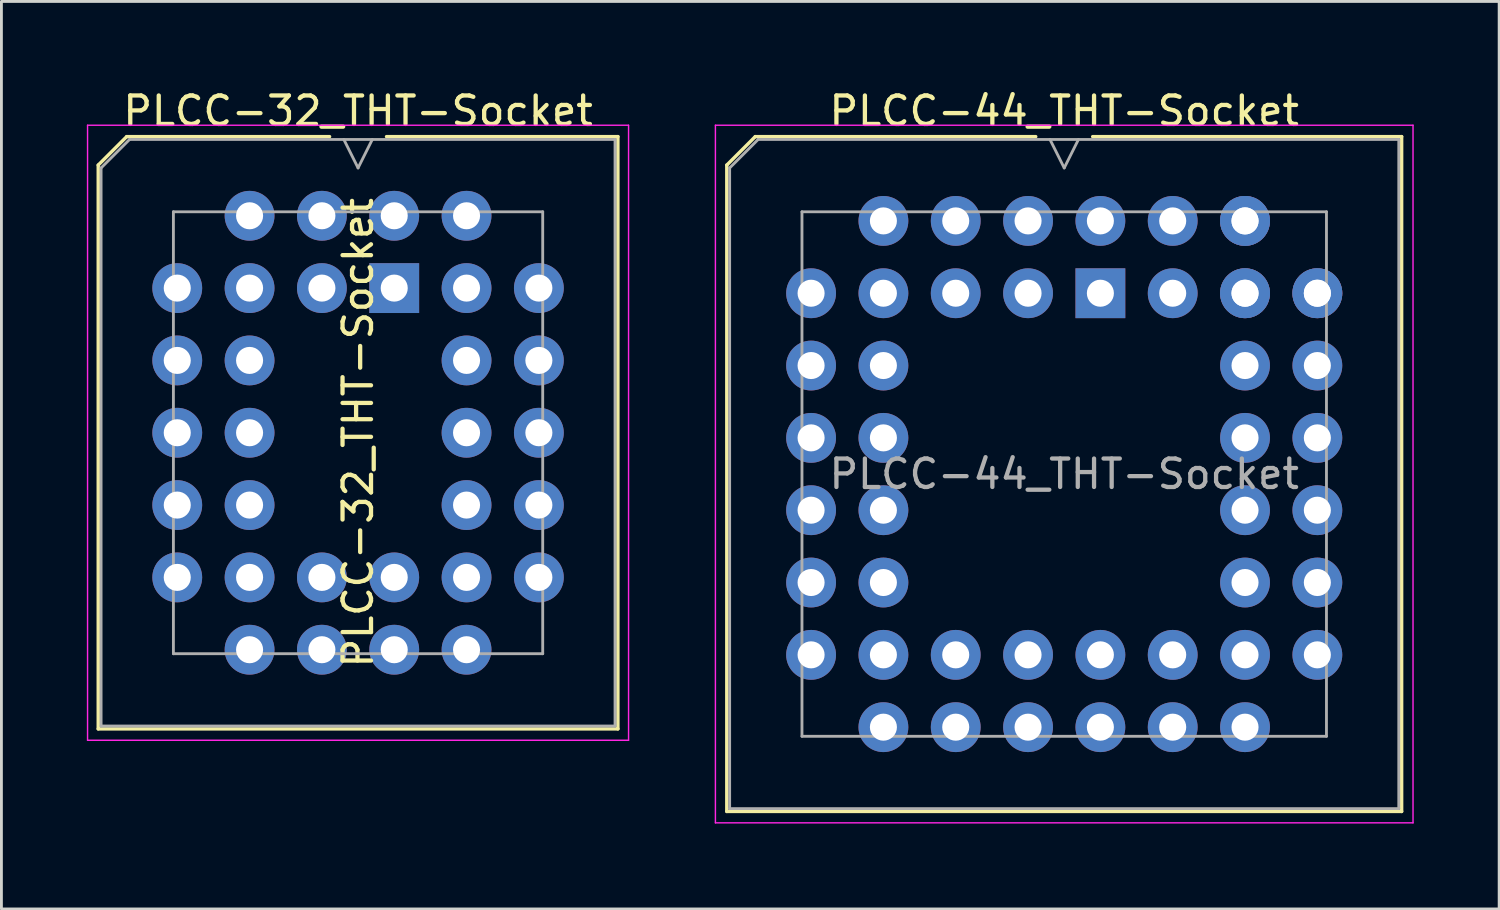
<source format=kicad_pcb>
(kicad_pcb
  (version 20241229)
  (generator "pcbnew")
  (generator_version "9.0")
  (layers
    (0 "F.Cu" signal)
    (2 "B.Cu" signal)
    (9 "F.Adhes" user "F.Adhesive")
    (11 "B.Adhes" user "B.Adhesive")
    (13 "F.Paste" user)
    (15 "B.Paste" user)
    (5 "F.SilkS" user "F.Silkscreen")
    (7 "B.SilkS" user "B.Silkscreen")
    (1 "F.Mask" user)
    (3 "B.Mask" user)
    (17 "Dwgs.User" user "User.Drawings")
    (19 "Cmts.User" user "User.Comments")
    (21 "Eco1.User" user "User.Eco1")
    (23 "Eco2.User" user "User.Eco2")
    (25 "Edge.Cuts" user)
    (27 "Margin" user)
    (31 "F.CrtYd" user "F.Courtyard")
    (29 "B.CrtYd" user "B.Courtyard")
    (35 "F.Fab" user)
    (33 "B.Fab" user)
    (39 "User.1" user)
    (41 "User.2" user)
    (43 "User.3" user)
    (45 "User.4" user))
  (footprint "PLCC-32_THT-Socket"
    (layer "F.Cu")
    (at 10.795 7.068)
    (property "Reference" "PLCC-32_THT-Socket" (at -1.27 -6.22 0) (layer "F.SilkS") (effects (font (size 1 1) (thickness 0.15))))
    (property "Value" "PLCC-32_THT-Socket" (at -1.27 16.38 0) (layer "F.Fab") (hide yes) (effects (font (size 1 1) (thickness 0.15))))
    (attr through_hole)
    (fp_line (start -10.395 -4.32) (end -10.395 15.48) (stroke (width 0.12) (type solid)) (layer "F.SilkS"))
    (fp_line (start -10.395 15.48) (end 7.855 15.48) (stroke (width 0.12) (type solid)) (layer "F.SilkS"))
    (fp_line (start -9.395 -5.32) (end -10.395 -4.32) (stroke (width 0.12) (type solid)) (layer "F.SilkS"))
    (fp_line (start -2.27 -5.32) (end -9.395 -5.32) (stroke (width 0.12) (type solid)) (layer "F.SilkS"))
    (fp_line (start 7.855 -5.32) (end -0.27 -5.32) (stroke (width 0.12) (type solid)) (layer "F.SilkS"))
    (fp_line (start 7.855 15.48) (end 7.855 -5.32) (stroke (width 0.12) (type solid)) (layer "F.SilkS"))
    (fp_line (start -10.77 -5.72) (end -10.77 15.88) (stroke (width 0.05) (type solid)) (layer "F.CrtYd"))
    (fp_line (start -10.77 15.88) (end 8.23 15.88) (stroke (width 0.05) (type solid)) (layer "F.CrtYd"))
    (fp_line (start 8.23 -5.72) (end -10.77 -5.72) (stroke (width 0.05) (type solid)) (layer "F.CrtYd"))
    (fp_line (start 8.23 15.88) (end 8.23 -5.72) (stroke (width 0.05) (type solid)) (layer "F.CrtYd"))
    (fp_line (start -10.295 -4.22) (end -10.295 15.38) (stroke (width 0.1) (type solid)) (layer "F.Fab"))
    (fp_line (start -10.295 15.38) (end 7.755 15.38) (stroke (width 0.1) (type solid)) (layer "F.Fab"))
    (fp_line (start -9.295 -5.22) (end -10.295 -4.22) (stroke (width 0.1) (type solid)) (layer "F.Fab"))
    (fp_line (start -7.755 -2.68) (end -7.755 12.84) (stroke (width 0.1) (type solid)) (layer "F.Fab"))
    (fp_line (start -7.755 12.84) (end 5.215 12.84) (stroke (width 0.1) (type solid)) (layer "F.Fab"))
    (fp_line (start -1.77 -5.22) (end -1.27 -4.22) (stroke (width 0.1) (type solid)) (layer "F.Fab"))
    (fp_line (start -1.27 -4.22) (end -0.77 -5.22) (stroke (width 0.1) (type solid)) (layer "F.Fab"))
    (fp_line (start 5.215 -2.68) (end -7.755 -2.68) (stroke (width 0.1) (type solid)) (layer "F.Fab"))
    (fp_line (start 5.215 12.84) (end 5.215 -2.68) (stroke (width 0.1) (type solid)) (layer "F.Fab"))
    (fp_line (start 7.755 -5.22) (end -9.295 -5.22) (stroke (width 0.1) (type solid)) (layer "F.Fab"))
    (fp_line (start 7.755 15.38) (end 7.755 -5.22) (stroke (width 0.1) (type solid)) (layer "F.Fab"))
    (fp_text user "${VALUE}" (at -1.27 5.08 90) (layer "F.SilkS") (effects (font (size 1 1) (thickness 0.15))))
    (pad "1" thru_hole rect (at 0 0) (size 1.75 1.75) (drill 0.95) (layers "*.Cu" "*.Mask"))
    (pad "2" thru_hole circle (at -2.54 -2.54) (size 1.75 1.75) (drill 0.95) (layers "*.Cu" "*.Mask"))
    (pad "3" thru_hole circle (at -2.54 0) (size 1.75 1.75) (drill 0.95) (layers "*.Cu" "*.Mask"))
    (pad "4" thru_hole circle (at -5.08 -2.54) (size 1.75 1.75) (drill 0.95) (layers "*.Cu" "*.Mask"))
    (pad "5" thru_hole circle (at -7.62 0) (size 1.75 1.75) (drill 0.95) (layers "*.Cu" "*.Mask"))
    (pad "6" thru_hole circle (at -5.08 0) (size 1.75 1.75) (drill 0.95) (layers "*.Cu" "*.Mask"))
    (pad "7" thru_hole circle (at -7.62 2.54) (size 1.75 1.75) (drill 0.95) (layers "*.Cu" "*.Mask"))
    (pad "8" thru_hole circle (at -5.08 2.54) (size 1.75 1.75) (drill 0.95) (layers "*.Cu" "*.Mask"))
    (pad "9" thru_hole circle (at -7.62 5.08) (size 1.75 1.75) (drill 0.95) (layers "*.Cu" "*.Mask"))
    (pad "10" thru_hole circle (at -5.08 5.08) (size 1.75 1.75) (drill 0.95) (layers "*.Cu" "*.Mask"))
    (pad "11" thru_hole circle (at -7.62 7.62) (size 1.75 1.75) (drill 0.95) (layers "*.Cu" "*.Mask"))
    (pad "12" thru_hole circle (at -5.08 7.62) (size 1.75 1.75) (drill 0.95) (layers "*.Cu" "*.Mask"))
    (pad "13" thru_hole circle (at -7.62 10.16) (size 1.75 1.75) (drill 0.95) (layers "*.Cu" "*.Mask"))
    (pad "14" thru_hole circle (at -5.08 12.7) (size 1.75 1.75) (drill 0.95) (layers "*.Cu" "*.Mask"))
    (pad "15" thru_hole circle (at -5.08 10.16) (size 1.75 1.75) (drill 0.95) (layers "*.Cu" "*.Mask"))
    (pad "16" thru_hole circle (at -2.54 12.7) (size 1.75 1.75) (drill 0.95) (layers "*.Cu" "*.Mask"))
    (pad "17" thru_hole circle (at -2.54 10.16) (size 1.75 1.75) (drill 0.95) (layers "*.Cu" "*.Mask"))
    (pad "18" thru_hole circle (at 0 12.7) (size 1.75 1.75) (drill 0.95) (layers "*.Cu" "*.Mask"))
    (pad "19" thru_hole circle (at 0 10.16) (size 1.75 1.75) (drill 0.95) (layers "*.Cu" "*.Mask"))
    (pad "20" thru_hole circle (at 2.54 12.7) (size 1.75 1.75) (drill 0.95) (layers "*.Cu" "*.Mask"))
    (pad "21" thru_hole circle (at 5.08 10.16) (size 1.75 1.75) (drill 0.95) (layers "*.Cu" "*.Mask"))
    (pad "22" thru_hole circle (at 2.54 10.16) (size 1.75 1.75) (drill 0.95) (layers "*.Cu" "*.Mask"))
    (pad "23" thru_hole circle (at 5.08 7.62) (size 1.75 1.75) (drill 0.95) (layers "*.Cu" "*.Mask"))
    (pad "24" thru_hole circle (at 2.54 7.62) (size 1.75 1.75) (drill 0.95) (layers "*.Cu" "*.Mask"))
    (pad "25" thru_hole circle (at 5.08 5.08) (size 1.75 1.75) (drill 0.95) (layers "*.Cu" "*.Mask"))
    (pad "26" thru_hole circle (at 2.54 5.08) (size 1.75 1.75) (drill 0.95) (layers "*.Cu" "*.Mask"))
    (pad "27" thru_hole circle (at 5.08 2.54) (size 1.75 1.75) (drill 0.95) (layers "*.Cu" "*.Mask"))
    (pad "28" thru_hole circle (at 2.54 2.54) (size 1.75 1.75) (drill 0.95) (layers "*.Cu" "*.Mask"))
    (pad "29" thru_hole circle (at 5.08 0) (size 1.75 1.75) (drill 0.95) (layers "*.Cu" "*.Mask"))
    (pad "30" thru_hole circle (at 2.54 -2.54) (size 1.75 1.75) (drill 0.95) (layers "*.Cu" "*.Mask"))
    (pad "31" thru_hole circle (at 2.54 0) (size 1.75 1.75) (drill 0.95) (layers "*.Cu" "*.Mask"))
    (pad "32" thru_hole circle (at 0 -2.54) (size 1.75 1.75) (drill 0.95) (layers "*.Cu" "*.Mask")))
  (footprint "PLCC-44_THT-Socket"
    (layer "F.Cu")
    (at 35.595 7.248)
    (property "Reference" "PLCC-44_THT-Socket" (at -1.27 -6.4 0) (layer "F.SilkS") (effects (font (size 1 1) (thickness 0.15))))
    (attr through_hole)
    (fp_line (start -13.12 -4.5) (end -13.12 18.2) (stroke (width 0.12) (type solid)) (layer "F.SilkS"))
    (fp_line (start -13.12 18.2) (end 10.58 18.2) (stroke (width 0.12) (type solid)) (layer "F.SilkS"))
    (fp_line (start -12.12 -5.5) (end -13.12 -4.5) (stroke (width 0.12) (type solid)) (layer "F.SilkS"))
    (fp_line (start -2.27 -5.5) (end -12.12 -5.5) (stroke (width 0.12) (type solid)) (layer "F.SilkS"))
    (fp_line (start 10.58 -5.5) (end -0.27 -5.5) (stroke (width 0.12) (type solid)) (layer "F.SilkS"))
    (fp_line (start 10.58 18.2) (end 10.58 -5.5) (stroke (width 0.12) (type solid)) (layer "F.SilkS"))
    (fp_line (start -13.52 -5.9) (end -13.52 18.6) (stroke (width 0.05) (type solid)) (layer "F.CrtYd"))
    (fp_line (start -13.52 18.6) (end 10.98 18.6) (stroke (width 0.05) (type solid)) (layer "F.CrtYd"))
    (fp_line (start 10.98 -5.9) (end -13.52 -5.9) (stroke (width 0.05) (type solid)) (layer "F.CrtYd"))
    (fp_line (start 10.98 18.6) (end 10.98 -5.9) (stroke (width 0.05) (type solid)) (layer "F.CrtYd"))
    (fp_line (start -13.02 -4.4) (end -13.02 18.1) (stroke (width 0.1) (type solid)) (layer "F.Fab"))
    (fp_line (start -13.02 18.1) (end 10.48 18.1) (stroke (width 0.1) (type solid)) (layer "F.Fab"))
    (fp_line (start -12.02 -5.4) (end -13.02 -4.4) (stroke (width 0.1) (type solid)) (layer "F.Fab"))
    (fp_line (start -10.48 -2.86) (end -10.48 15.56) (stroke (width 0.1) (type solid)) (layer "F.Fab"))
    (fp_line (start -10.48 15.56) (end 7.94 15.56) (stroke (width 0.1) (type solid)) (layer "F.Fab"))
    (fp_line (start -1.77 -5.4) (end -1.27 -4.4) (stroke (width 0.1) (type solid)) (layer "F.Fab"))
    (fp_line (start -1.27 -4.4) (end -0.77 -5.4) (stroke (width 0.1) (type solid)) (layer "F.Fab"))
    (fp_line (start 7.94 -2.86) (end -10.48 -2.86) (stroke (width 0.1) (type solid)) (layer "F.Fab"))
    (fp_line (start 7.94 15.56) (end 7.94 -2.86) (stroke (width 0.1) (type solid)) (layer "F.Fab"))
    (fp_line (start 10.48 -5.4) (end -12.02 -5.4) (stroke (width 0.1) (type solid)) (layer "F.Fab"))
    (fp_line (start 10.48 18.1) (end 10.48 -5.4) (stroke (width 0.1) (type solid)) (layer "F.Fab"))
    (fp_text user "${REFERENCE}" (at -1.27 6.35 0) (layer "F.Fab") (effects (font (size 1 1) (thickness 0.15))))
    (pad "1" thru_hole rect (at 0 0) (size 1.75 1.75) (drill 0.95) (layers "*.Cu" "*.Mask"))
    (pad "2" thru_hole circle (at -2.54 -2.54) (size 1.75 1.75) (drill 0.95) (layers "*.Cu" "*.Mask"))
    (pad "3" thru_hole circle (at -2.54 0) (size 1.75 1.75) (drill 0.95) (layers "*.Cu" "*.Mask"))
    (pad "4" thru_hole circle (at -5.08 -2.54) (size 1.75 1.75) (drill 0.95) (layers "*.Cu" "*.Mask"))
    (pad "5" thru_hole circle (at -5.08 0) (size 1.75 1.75) (drill 0.95) (layers "*.Cu" "*.Mask"))
    (pad "6" thru_hole circle (at -7.62 -2.54) (size 1.75 1.75) (drill 0.95) (layers "*.Cu" "*.Mask"))
    (pad "7" thru_hole circle (at -10.16 0) (size 1.75 1.75) (drill 0.95) (layers "*.Cu" "*.Mask"))
    (pad "8" thru_hole circle (at -7.62 0) (size 1.75 1.75) (drill 0.95) (layers "*.Cu" "*.Mask"))
    (pad "9" thru_hole circle (at -10.16 2.54) (size 1.75 1.75) (drill 0.95) (layers "*.Cu" "*.Mask"))
    (pad "10" thru_hole circle (at -7.62 2.54) (size 1.75 1.75) (drill 0.95) (layers "*.Cu" "*.Mask"))
    (pad "11" thru_hole circle (at -10.16 5.08) (size 1.75 1.75) (drill 0.95) (layers "*.Cu" "*.Mask"))
    (pad "12" thru_hole circle (at -7.62 5.08) (size 1.75 1.75) (drill 0.95) (layers "*.Cu" "*.Mask"))
    (pad "13" thru_hole circle (at -10.16 7.62) (size 1.75 1.75) (drill 0.95) (layers "*.Cu" "*.Mask"))
    (pad "14" thru_hole circle (at -7.62 7.62) (size 1.75 1.75) (drill 0.95) (layers "*.Cu" "*.Mask"))
    (pad "15" thru_hole circle (at -10.16 10.16) (size 1.75 1.75) (drill 0.95) (layers "*.Cu" "*.Mask"))
    (pad "16" thru_hole circle (at -7.62 10.16) (size 1.75 1.75) (drill 0.95) (layers "*.Cu" "*.Mask"))
    (pad "17" thru_hole circle (at -10.16 12.7) (size 1.75 1.75) (drill 0.95) (layers "*.Cu" "*.Mask"))
    (pad "18" thru_hole circle (at -7.62 15.24) (size 1.75 1.75) (drill 0.95) (layers "*.Cu" "*.Mask"))
    (pad "19" thru_hole circle (at -7.62 12.7) (size 1.75 1.75) (drill 0.95) (layers "*.Cu" "*.Mask"))
    (pad "20" thru_hole circle (at -5.08 15.24) (size 1.75 1.75) (drill 0.95) (layers "*.Cu" "*.Mask"))
    (pad "21" thru_hole circle (at -5.08 12.7) (size 1.75 1.75) (drill 0.95) (layers "*.Cu" "*.Mask"))
    (pad "22" thru_hole circle (at -2.54 15.24) (size 1.75 1.75) (drill 0.95) (layers "*.Cu" "*.Mask"))
    (pad "23" thru_hole circle (at -2.54 12.7) (size 1.75 1.75) (drill 0.95) (layers "*.Cu" "*.Mask"))
    (pad "24" thru_hole circle (at 0 15.24) (size 1.75 1.75) (drill 0.95) (layers "*.Cu" "*.Mask"))
    (pad "25" thru_hole circle (at 0 12.7) (size 1.75 1.75) (drill 0.95) (layers "*.Cu" "*.Mask"))
    (pad "26" thru_hole circle (at 2.54 15.24) (size 1.75 1.75) (drill 0.95) (layers "*.Cu" "*.Mask"))
    (pad "27" thru_hole circle (at 2.54 12.7) (size 1.75 1.75) (drill 0.95) (layers "*.Cu" "*.Mask"))
    (pad "28" thru_hole circle (at 5.08 15.24) (size 1.75 1.75) (drill 0.95) (layers "*.Cu" "*.Mask"))
    (pad "29" thru_hole circle (at 5.08 12.7) (size 1.75 1.75) (drill 0.95) (layers "*.Cu" "*.Mask"))
    (pad "29" thru_hole circle (at 7.62 12.7) (size 1.75 1.75) (drill 0.95) (layers "*.Cu" "*.Mask"))
    (pad "30" thru_hole circle (at 5.08 10.16) (size 1.75 1.75) (drill 0.95) (layers "*.Cu" "*.Mask"))
    (pad "31" thru_hole circle (at 7.62 10.16) (size 1.75 1.75) (drill 0.95) (layers "*.Cu" "*.Mask"))
    (pad "32" thru_hole circle (at 5.08 7.62) (size 1.75 1.75) (drill 0.95) (layers "*.Cu" "*.Mask"))
    (pad "33" thru_hole circle (at 7.62 7.62) (size 1.75 1.75) (drill 0.95) (layers "*.Cu" "*.Mask"))
    (pad "34" thru_hole circle (at 5.08 5.08) (size 1.75 1.75) (drill 0.95) (layers "*.Cu" "*.Mask"))
    (pad "35" thru_hole circle (at 7.62 5.08) (size 1.75 1.75) (drill 0.95) (layers "*.Cu" "*.Mask"))
    (pad "36" thru_hole circle (at 5.08 2.54) (size 1.75 1.75) (drill 0.95) (layers "*.Cu" "*.Mask"))
    (pad "37" thru_hole circle (at 7.62 2.54) (size 1.75 1.75) (drill 0.95) (layers "*.Cu" "*.Mask"))
    (pad "38" thru_hole circle (at 5.08 0) (size 1.75 1.75) (drill 0.95) (layers "*.Cu" "*.Mask"))
    (pad "39" thru_hole circle (at 7.62 0) (size 1.75 1.75) (drill 0.95) (layers "*.Cu" "*.Mask"))
    (pad "39" thru_hole circle (at 7.62 0) (size 1.75 1.75) (drill 0.95) (layers "*.Cu" "*.Mask"))
    (pad "40" thru_hole circle (at 5.08 -2.54) (size 1.75 1.75) (drill 0.95) (layers "*.Cu" "*.Mask"))
    (pad "40" thru_hole circle (at 5.08 -2.54) (size 1.75 1.75) (drill 0.95) (layers "*.Cu" "*.Mask"))
    (pad "41" thru_hole circle (at 5.08 0) (size 1.75 1.75) (drill 0.95) (layers "*.Cu" "*.Mask"))
    (pad "42" thru_hole circle (at 2.54 -2.54) (size 1.75 1.75) (drill 0.95) (layers "*.Cu" "*.Mask"))
    (pad "43" thru_hole circle (at 2.54 0) (size 1.75 1.75) (drill 0.95) (layers "*.Cu" "*.Mask"))
    (pad "44" thru_hole circle (at 0 -2.54) (size 1.75 1.75) (drill 0.95) (layers "*.Cu" "*.Mask")))
  (gr_rect
    (start -3 -3)
    (end 49.6 28.873)
    (stroke (width 0.1) (type default))
    (fill no)
    (layer "Edge.Cuts")))
</source>
